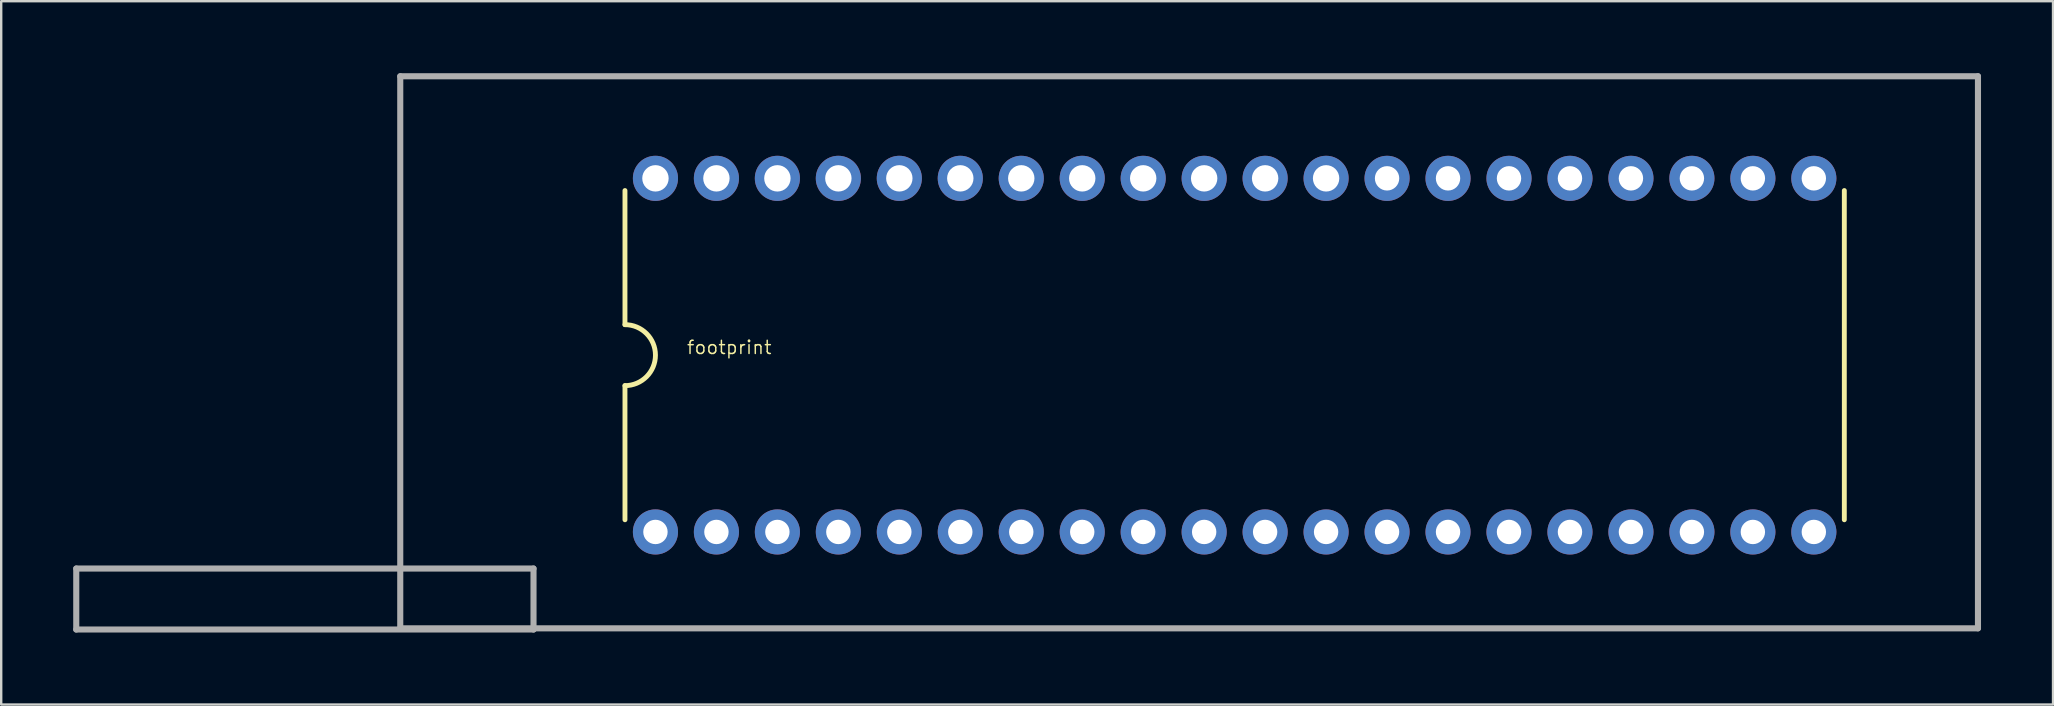
<source format=kicad_pcb>
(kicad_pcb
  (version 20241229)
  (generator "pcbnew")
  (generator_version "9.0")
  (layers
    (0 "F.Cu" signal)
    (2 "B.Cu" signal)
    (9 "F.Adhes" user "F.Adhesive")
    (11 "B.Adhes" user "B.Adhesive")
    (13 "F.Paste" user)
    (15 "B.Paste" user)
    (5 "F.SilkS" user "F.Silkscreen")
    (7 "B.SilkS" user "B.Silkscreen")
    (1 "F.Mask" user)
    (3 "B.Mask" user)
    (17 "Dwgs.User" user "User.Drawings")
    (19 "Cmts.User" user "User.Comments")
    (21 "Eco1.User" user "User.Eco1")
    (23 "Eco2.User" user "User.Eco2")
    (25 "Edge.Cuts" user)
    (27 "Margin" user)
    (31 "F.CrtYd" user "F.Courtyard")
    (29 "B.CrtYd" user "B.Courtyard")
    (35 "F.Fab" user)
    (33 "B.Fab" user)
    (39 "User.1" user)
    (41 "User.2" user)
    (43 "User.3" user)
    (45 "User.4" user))
  (footprint "footprint"
    (layer "F.Cu")
    (at 48.387 11.746)
    (property "Reference" "footprint" (at -22.86 0 0) (layer "F.SilkS") (effects (font (size 0.549 0.549) (thickness 0.061)) (justify left bottom)))
    (fp_line (start -25.4 -6.858) (end -25.4 -1.27) (stroke (width 0.203) (type solid)) (layer "F.SilkS"))
    (fp_line (start -25.4 1.27) (end -25.4 6.858) (stroke (width 0.203) (type solid)) (layer "F.SilkS"))
    (fp_line (start 25.4 6.858) (end 25.4 -6.858) (stroke (width 0.203) (type solid)) (layer "F.SilkS"))
    (fp_arc (start -25.4 -1.27) (mid -24.13 0) (end -25.4 1.27) (stroke (width 0.2032) (type solid)) (layer "F.SilkS"))
    (fp_line (start -48.26 8.89) (end -48.26 11.43) (stroke (width 0.254) (type solid)) (layer "F.Fab"))
    (fp_line (start -48.26 11.43) (end -29.21 11.43) (stroke (width 0.254) (type solid)) (layer "F.Fab"))
    (fp_line (start -34.762 -11.619) (end -34.762 11.381) (stroke (width 0.254) (type solid)) (layer "F.Fab"))
    (fp_line (start -34.762 11.381) (end 30.968 11.381) (stroke (width 0.254) (type solid)) (layer "F.Fab"))
    (fp_line (start -29.21 8.89) (end -48.26 8.89) (stroke (width 0.254) (type solid)) (layer "F.Fab"))
    (fp_line (start -29.21 11.43) (end -29.21 8.89) (stroke (width 0.254) (type solid)) (layer "F.Fab"))
    (fp_line (start 30.968 -11.619) (end -34.762 -11.619) (stroke (width 0.254) (type solid)) (layer "F.Fab"))
    (fp_line (start 30.968 11.381) (end 30.968 -11.619) (stroke (width 0.254) (type solid)) (layer "F.Fab"))
    (pad "1" thru_hole circle (at -24.13 7.366 90) (size 1.88 1.88) (drill 1.016) (layers "*.Cu" "*.Mask"))
    (pad "2" thru_hole circle (at -21.59 7.366 90) (size 1.88 1.88) (drill 1.016) (layers "*.Cu" "*.Mask"))
    (pad "3" thru_hole circle (at -19.05 7.366 90) (size 1.88 1.88) (drill 1.016) (layers "*.Cu" "*.Mask"))
    (pad "4" thru_hole circle (at -16.51 7.366 90) (size 1.88 1.88) (drill 1.016) (layers "*.Cu" "*.Mask"))
    (pad "5" thru_hole circle (at -13.97 7.366 90) (size 1.88 1.88) (drill 1.016) (layers "*.Cu" "*.Mask"))
    (pad "6" thru_hole circle (at -11.43 7.366 90) (size 1.88 1.88) (drill 1.016) (layers "*.Cu" "*.Mask"))
    (pad "7" thru_hole circle (at -8.89 7.366 90) (size 1.88 1.88) (drill 1.016) (layers "*.Cu" "*.Mask"))
    (pad "8" thru_hole circle (at -6.35 7.366 90) (size 1.88 1.88) (drill 1.016) (layers "*.Cu" "*.Mask"))
    (pad "9" thru_hole circle (at -3.81 7.366 90) (size 1.88 1.88) (drill 1.016) (layers "*.Cu" "*.Mask"))
    (pad "10" thru_hole circle (at -1.27 7.366 90) (size 1.88 1.88) (drill 1.016) (layers "*.Cu" "*.Mask"))
    (pad "11" thru_hole circle (at 1.27 7.366 90) (size 1.88 1.88) (drill 1.016) (layers "*.Cu" "*.Mask"))
    (pad "12" thru_hole circle (at 3.81 7.366 90) (size 1.88 1.88) (drill 1.016) (layers "*.Cu" "*.Mask"))
    (pad "13" thru_hole circle (at 6.35 7.366 90) (size 1.88 1.88) (drill 1.016) (layers "*.Cu" "*.Mask"))
    (pad "14" thru_hole circle (at 8.89 7.366 90) (size 1.88 1.88) (drill 1.016) (layers "*.Cu" "*.Mask"))
    (pad "15" thru_hole circle (at 11.43 7.366 90) (size 1.88 1.88) (drill 1.016) (layers "*.Cu" "*.Mask"))
    (pad "16" thru_hole circle (at 13.97 7.366 90) (size 1.88 1.88) (drill 1.016) (layers "*.Cu" "*.Mask"))
    (pad "17" thru_hole circle (at 16.51 7.366 90) (size 1.88 1.88) (drill 1.016) (layers "*.Cu" "*.Mask"))
    (pad "18" thru_hole circle (at 19.05 7.366 90) (size 1.88 1.88) (drill 1.016) (layers "*.Cu" "*.Mask"))
    (pad "19" thru_hole circle (at 21.59 7.366 90) (size 1.88 1.88) (drill 1.016) (layers "*.Cu" "*.Mask"))
    (pad "20" thru_hole circle (at 24.13 7.366 90) (size 1.88 1.88) (drill 1.016) (layers "*.Cu" "*.Mask"))
    (pad "21" thru_hole circle (at 24.13 -7.366 90) (size 1.88 1.88) (drill 1.016) (layers "*.Cu" "*.Mask"))
    (pad "22" thru_hole circle (at 21.59 -7.366 90) (size 1.88 1.88) (drill 1.016) (layers "*.Cu" "*.Mask"))
    (pad "23" thru_hole circle (at 19.05 -7.366 90) (size 1.88 1.88) (drill 1.016) (layers "*.Cu" "*.Mask"))
    (pad "24" thru_hole circle (at 16.51 -7.366 90) (size 1.88 1.88) (drill 1.016) (layers "*.Cu" "*.Mask"))
    (pad "25" thru_hole circle (at 13.97 -7.366 90) (size 1.88 1.88) (drill 1.016) (layers "*.Cu" "*.Mask"))
    (pad "26" thru_hole circle (at 11.43 -7.366 90) (size 1.88 1.88) (drill 1.016) (layers "*.Cu" "*.Mask"))
    (pad "27" thru_hole circle (at 8.89 -7.366 90) (size 1.88 1.88) (drill 1.016) (layers "*.Cu" "*.Mask"))
    (pad "28" thru_hole circle (at 6.35 -7.366 90) (size 1.88 1.88) (drill 1.016) (layers "*.Cu" "*.Mask"))
    (pad "29" thru_hole circle (at 3.81 -7.366) (size 1.88 1.88) (drill 1.1) (layers "*.Cu" "*.Mask"))
    (pad "30" thru_hole circle (at 1.27 -7.366) (size 1.88 1.88) (drill 1.1) (layers "*.Cu" "*.Mask"))
    (pad "31" thru_hole circle (at -1.27 -7.366) (size 1.88 1.88) (drill 1.1) (layers "*.Cu" "*.Mask"))
    (pad "32" thru_hole circle (at -3.81 -7.366) (size 1.88 1.88) (drill 1.1) (layers "*.Cu" "*.Mask"))
    (pad "33" thru_hole circle (at -6.35 -7.366) (size 1.88 1.88) (drill 1.1) (layers "*.Cu" "*.Mask"))
    (pad "34" thru_hole circle (at -8.89 -7.366) (size 1.88 1.88) (drill 1.1) (layers "*.Cu" "*.Mask"))
    (pad "35" thru_hole circle (at -11.43 -7.366) (size 1.88 1.88) (drill 1.1) (layers "*.Cu" "*.Mask"))
    (pad "36" thru_hole circle (at -13.97 -7.366) (size 1.88 1.88) (drill 1.1) (layers "*.Cu" "*.Mask"))
    (pad "37" thru_hole circle (at -16.51 -7.366) (size 1.88 1.88) (drill 1.1) (layers "*.Cu" "*.Mask"))
    (pad "38" thru_hole circle (at -19.05 -7.366) (size 1.88 1.88) (drill 1.1) (layers "*.Cu" "*.Mask"))
    (pad "39" thru_hole circle (at -21.59 -7.366) (size 1.88 1.88) (drill 1.1) (layers "*.Cu" "*.Mask"))
    (pad "40" thru_hole circle (at -24.13 -7.366) (size 1.88 1.88) (drill 1.1) (layers "*.Cu" "*.Mask")))
  (gr_rect
    (start -3 -3)
    (end 82.482 26.303)
    (stroke (width 0.1) (type default))
    (fill no)
    (layer "Edge.Cuts")))
</source>
